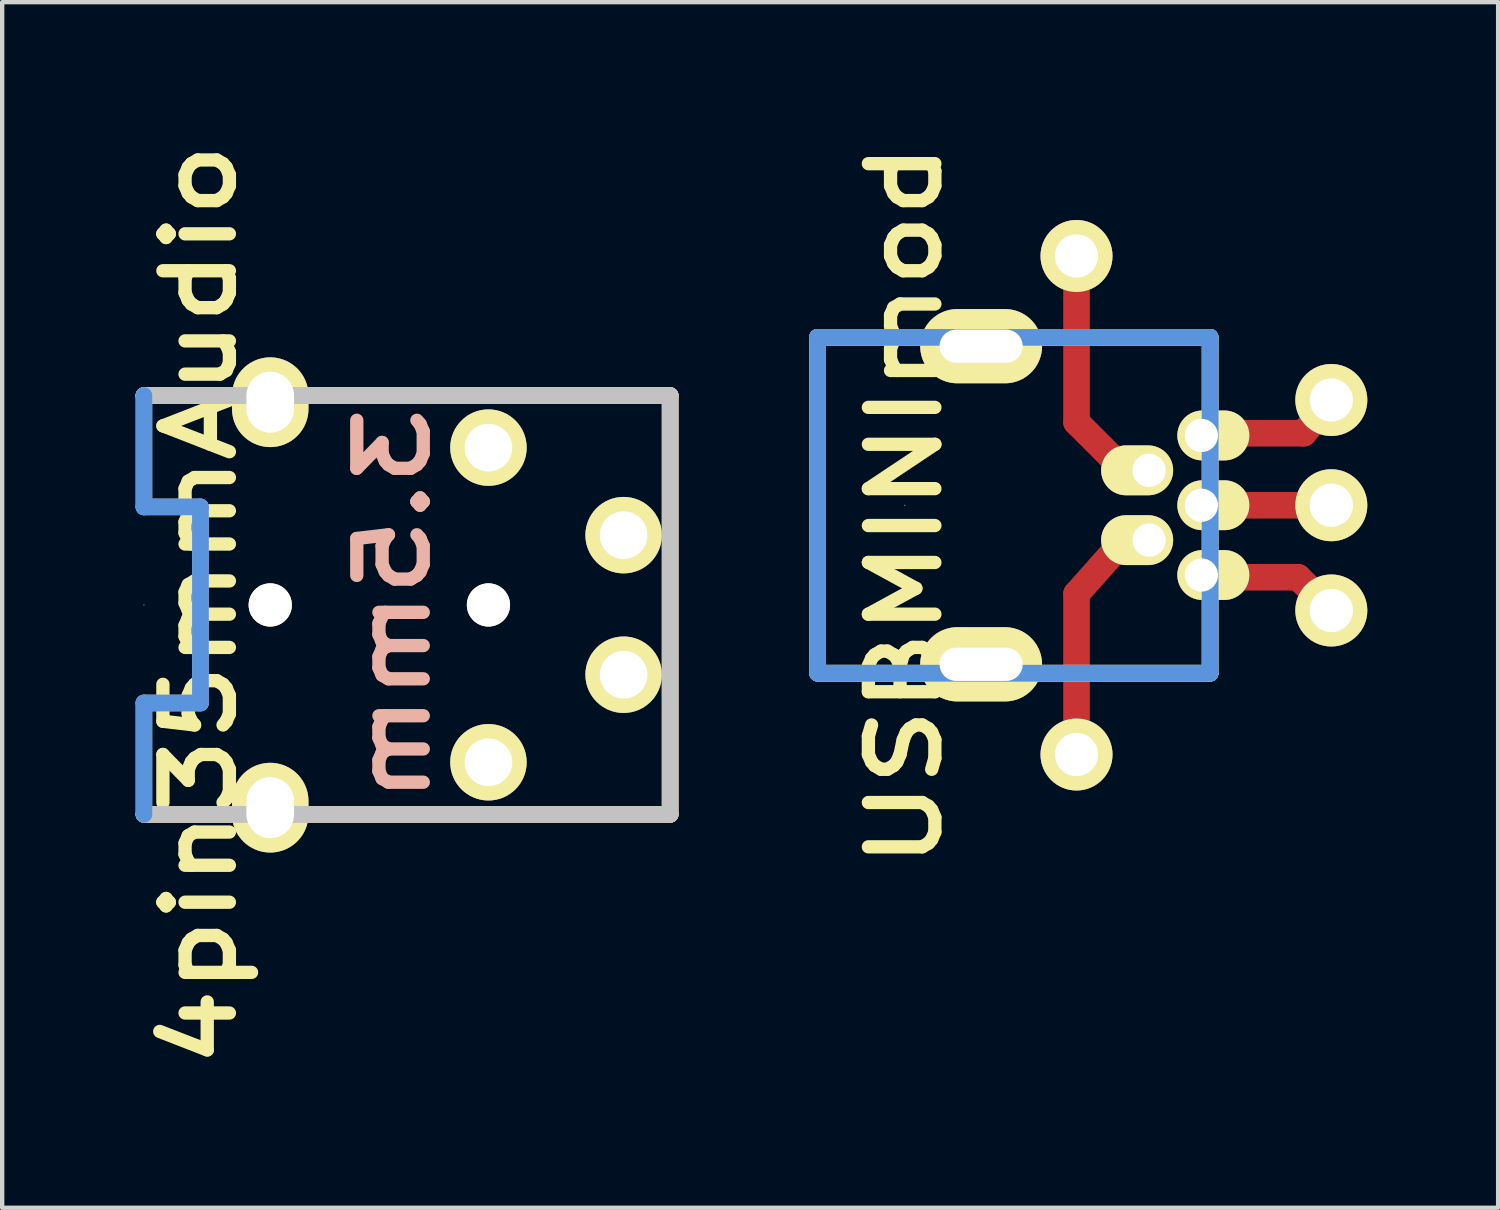
<source format=kicad_pcb>
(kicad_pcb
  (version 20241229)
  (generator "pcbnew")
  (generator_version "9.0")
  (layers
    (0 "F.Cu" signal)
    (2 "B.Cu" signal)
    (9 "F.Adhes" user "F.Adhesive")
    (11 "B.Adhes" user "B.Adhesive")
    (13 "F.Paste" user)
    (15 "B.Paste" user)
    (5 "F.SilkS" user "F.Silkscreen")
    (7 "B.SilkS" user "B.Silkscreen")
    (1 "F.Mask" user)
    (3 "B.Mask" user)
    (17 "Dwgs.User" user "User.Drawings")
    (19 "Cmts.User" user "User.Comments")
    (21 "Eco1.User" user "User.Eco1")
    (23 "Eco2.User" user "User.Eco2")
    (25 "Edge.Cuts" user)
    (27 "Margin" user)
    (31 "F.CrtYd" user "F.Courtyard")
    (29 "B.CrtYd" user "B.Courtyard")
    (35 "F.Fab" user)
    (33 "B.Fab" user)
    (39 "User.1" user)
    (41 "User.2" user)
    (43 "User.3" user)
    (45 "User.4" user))
  (footprint "4pin35mmAudio"
    (layer "F.Cu")
    (at 0.25 10.82)
    (property "Reference" "4pin35mmAudio" (at 1.27 0 90) (layer "F.SilkS") (effects (font (size 1.524 1.778) (thickness 0.305))))
    (attr through_hole)
    (fp_line (start 0 -4.801) (end 12.065 -4.801) (stroke (width 0.381) (type solid)) (layer "F.SilkS"))
    (fp_line (start 12.065 -4.801) (end 12.065 4.801) (stroke (width 0.381) (type solid)) (layer "F.SilkS"))
    (fp_line (start 12.065 4.801) (end 0 4.801) (stroke (width 0.381) (type solid)) (layer "F.SilkS"))
    (fp_line (start 0 -4.801) (end 12.065 -4.801) (stroke (width 0.381) (type solid)) (layer "B.SilkS"))
    (fp_line (start 12.065 -4.801) (end 12.065 4.801) (stroke (width 0.381) (type solid)) (layer "B.SilkS"))
    (fp_line (start 12.065 4.801) (end 0 4.801) (stroke (width 0.381) (type solid)) (layer "B.SilkS"))
    (fp_line (start 0 -4.801) (end 0 -2.248) (stroke (width 0.381) (type solid)) (layer "Dwgs.User"))
    (fp_line (start 0 -2.248) (end 1.295 -2.248) (stroke (width 0.381) (type solid)) (layer "Dwgs.User"))
    (fp_line (start 0 0) (end 0 0) (stroke (width 0.025) (type solid)) (layer "Dwgs.User"))
    (fp_line (start 0 2.248) (end 0 4.801) (stroke (width 0.381) (type solid)) (layer "Dwgs.User"))
    (fp_line (start 0 4.801) (end 12.065 4.801) (stroke (width 0.381) (type solid)) (layer "Dwgs.User"))
    (fp_line (start 1.295 -2.248) (end 1.295 2.248) (stroke (width 0.381) (type solid)) (layer "Dwgs.User"))
    (fp_line (start 1.295 2.248) (end 0 2.248) (stroke (width 0.381) (type solid)) (layer "Dwgs.User"))
    (fp_line (start 12.065 -4.801) (end 0 -4.801) (stroke (width 0.381) (type solid)) (layer "Dwgs.User"))
    (fp_line (start 12.065 4.801) (end 12.065 -4.801) (stroke (width 0.381) (type solid)) (layer "Dwgs.User"))
    (fp_line (start 0 -2.248) (end 0 -4.801) (stroke (width 0.381) (type solid)) (layer "Cmts.User"))
    (fp_line (start 0 -2.248) (end 1.295 -2.248) (stroke (width 0.381) (type solid)) (layer "Cmts.User"))
    (fp_line (start 0 4.801) (end 0 2.248) (stroke (width 0.381) (type solid)) (layer "Cmts.User"))
    (fp_line (start 1.295 -2.248) (end 1.295 2.248) (stroke (width 0.381) (type solid)) (layer "Cmts.User"))
    (fp_line (start 1.295 2.248) (end 0 2.248) (stroke (width 0.381) (type solid)) (layer "Cmts.User"))
    (fp_text user "3.5mm" (at 5.715 0 90) (layer "B.SilkS") (effects (font (size 1.524 1.778) (thickness 0.305)) (justify mirror)))
    (pad "" np_thru_hole circle (at 2.896 0) (size 0.991 0.991) (drill 0.991) (layers "*.Cu" "*.Mask" "F.SilkS"))
    (pad "" np_thru_hole circle (at 7.899 0) (size 0.991 0.991) (drill 0.991) (layers "*.Cu" "*.Mask" "F.SilkS"))
    (pad "1" thru_hole oval (at 2.896 -4.648) (size 1.753 2.057) (drill oval 1.092 1.397) (layers "*.Cu" "*.Mask" "F.SilkS"))
    (pad "2" thru_hole circle (at 7.899 3.607) (size 1.753 1.753) (drill 1.092) (layers "*.Cu" "*.Mask" "F.SilkS"))
    (pad "3" thru_hole circle (at 10.998 -1.6) (size 1.753 1.753) (drill 1.092) (layers "*.Cu" "*.Mask" "F.SilkS"))
    (pad "4" thru_hole oval (at 2.896 4.648) (size 1.753 2.057) (drill oval 1.092 1.397) (layers "*.Cu" "*.Mask" "F.SilkS"))
    (pad "5" thru_hole circle (at 10.998 1.6) (size 1.753 1.753) (drill 1.092) (layers "*.Cu" "*.Mask" "F.SilkS"))
    (pad "6" thru_hole circle (at 7.899 -3.607) (size 1.753 1.753) (drill 1.092) (layers "*.Cu" "*.Mask" "F.SilkS")))
  (footprint "USBMINImod"
    (layer "F.Cu")
    (at 17.695 8.534)
    (property "Reference" "USBMINImod" (at 0 0 90) (layer "F.SilkS") (effects (font (size 1.524 1.778) (thickness 0.305))))
    (attr through_hole)
    (fp_line (start 3.937 -1.905) (end 3.937 -5.715) (stroke (width 0.61) (type solid)) (layer "F.Cu"))
    (fp_line (start 3.937 2.032) (end 3.937 5.715) (stroke (width 0.61) (type solid)) (layer "F.Cu"))
    (fp_line (start 4.953 -0.889) (end 3.937 -1.905) (stroke (width 0.61) (type solid)) (layer "F.Cu"))
    (fp_line (start 4.953 0.889) (end 3.937 2.032) (stroke (width 0.61) (type solid)) (layer "F.Cu"))
    (fp_line (start 7.493 0) (end 9.779 0) (stroke (width 0.61) (type solid)) (layer "F.Cu"))
    (fp_line (start 9.017 1.651) (end 7.493 1.651) (stroke (width 0.61) (type solid)) (layer "F.Cu"))
    (fp_line (start 9.144 -1.651) (end 7.493 -1.651) (stroke (width 0.61) (type solid)) (layer "F.Cu"))
    (fp_line (start 9.779 -2.413) (end 9.144 -1.651) (stroke (width 0.61) (type solid)) (layer "F.Cu"))
    (fp_line (start 9.779 2.413) (end 9.017 1.651) (stroke (width 0.61) (type solid)) (layer "F.Cu"))
    (fp_line (start -1.999 -3.851) (end 7 -3.851) (stroke (width 0.381) (type solid)) (layer "F.SilkS"))
    (fp_line (start -1.999 3.851) (end -1.999 -3.851) (stroke (width 0.381) (type solid)) (layer "F.SilkS"))
    (fp_line (start 7 -3.851) (end 7 3.851) (stroke (width 0.381) (type solid)) (layer "F.SilkS"))
    (fp_line (start 7 3.851) (end -1.999 3.851) (stroke (width 0.381) (type solid)) (layer "F.SilkS"))
    (fp_line (start -1.999 -3.851) (end 7 -3.851) (stroke (width 0.381) (type solid)) (layer "Dwgs.User"))
    (fp_line (start -1.999 3.851) (end -1.999 -3.851) (stroke (width 0.381) (type solid)) (layer "Dwgs.User"))
    (fp_line (start 0 0) (end 0 0) (stroke (width 0.025) (type solid)) (layer "Dwgs.User"))
    (fp_line (start 7 -3.851) (end 7 3.851) (stroke (width 0.381) (type solid)) (layer "Dwgs.User"))
    (fp_line (start 7 3.851) (end -1.999 3.851) (stroke (width 0.381) (type solid)) (layer "Dwgs.User"))
    (fp_line (start -1.999 -3.851) (end 7 -3.851) (stroke (width 0.381) (type solid)) (layer "Cmts.User"))
    (fp_line (start -1.999 3.851) (end -1.999 -3.851) (stroke (width 0.381) (type solid)) (layer "Cmts.User"))
    (fp_line (start 7 -3.851) (end 7 3.851) (stroke (width 0.381) (type solid)) (layer "Cmts.User"))
    (fp_line (start 7 3.851) (end -1.999 3.851) (stroke (width 0.381) (type solid)) (layer "Cmts.User"))
    (pad "1" thru_hole oval (at 6.8 -1.6) (size 1.651 1.143) (drill 0.762 (offset 0.274 0)) (layers "*.Cu" "*.Mask" "F.SilkS"))
    (pad "1" thru_hole circle (at 9.779 -2.413) (size 1.651 1.651) (drill 0.991) (layers "*.Cu" "*.Mask" "F.SilkS"))
    (pad "2" thru_hole circle (at 3.937 -5.715) (size 1.651 1.651) (drill 0.991) (layers "*.Cu" "*.Mask" "F.SilkS"))
    (pad "2" thru_hole oval (at 5.601 -0.8) (size 1.651 1.143) (drill 0.762 (offset -0.274 0)) (layers "*.Cu" "*.Mask" "F.SilkS"))
    (pad "3" thru_hole oval (at 6.8 0) (size 1.651 1.143) (drill 0.762 (offset 0.274 0)) (layers "*.Cu" "*.Mask" "F.SilkS"))
    (pad "3" thru_hole circle (at 9.779 0) (size 1.651 1.651) (drill 0.991) (layers "*.Cu" "*.Mask" "F.SilkS"))
    (pad "4" thru_hole circle (at 3.937 5.715) (size 1.651 1.651) (drill 0.991) (layers "*.Cu" "*.Mask" "F.SilkS"))
    (pad "4" thru_hole oval (at 5.601 0.8) (size 1.651 1.143) (drill 0.762 (offset -0.274 0)) (layers "*.Cu" "*.Mask" "F.SilkS"))
    (pad "5" thru_hole oval (at 6.8 1.6) (size 1.651 1.143) (drill 0.762 (offset 0.274 0)) (layers "*.Cu" "*.Mask" "F.SilkS"))
    (pad "5" thru_hole circle (at 9.779 2.413) (size 1.651 1.651) (drill 0.991) (layers "*.Cu" "*.Mask" "F.SilkS"))
    (pad "6" thru_hole oval (at 1.75 -3.647) (size 2.794 1.702) (drill oval 1.905 0.762) (layers "*.Cu" "*.Mask" "F.SilkS"))
    (pad "6" thru_hole oval (at 1.75 3.647) (size 2.794 1.702) (drill oval 1.905 0.762) (layers "*.Cu" "*.Mask" "F.SilkS")))
  (gr_rect
    (start -3 -3)
    (end 31.299 24.641)
    (stroke (width 0.1) (type default))
    (fill no)
    (layer "Edge.Cuts")))
</source>
